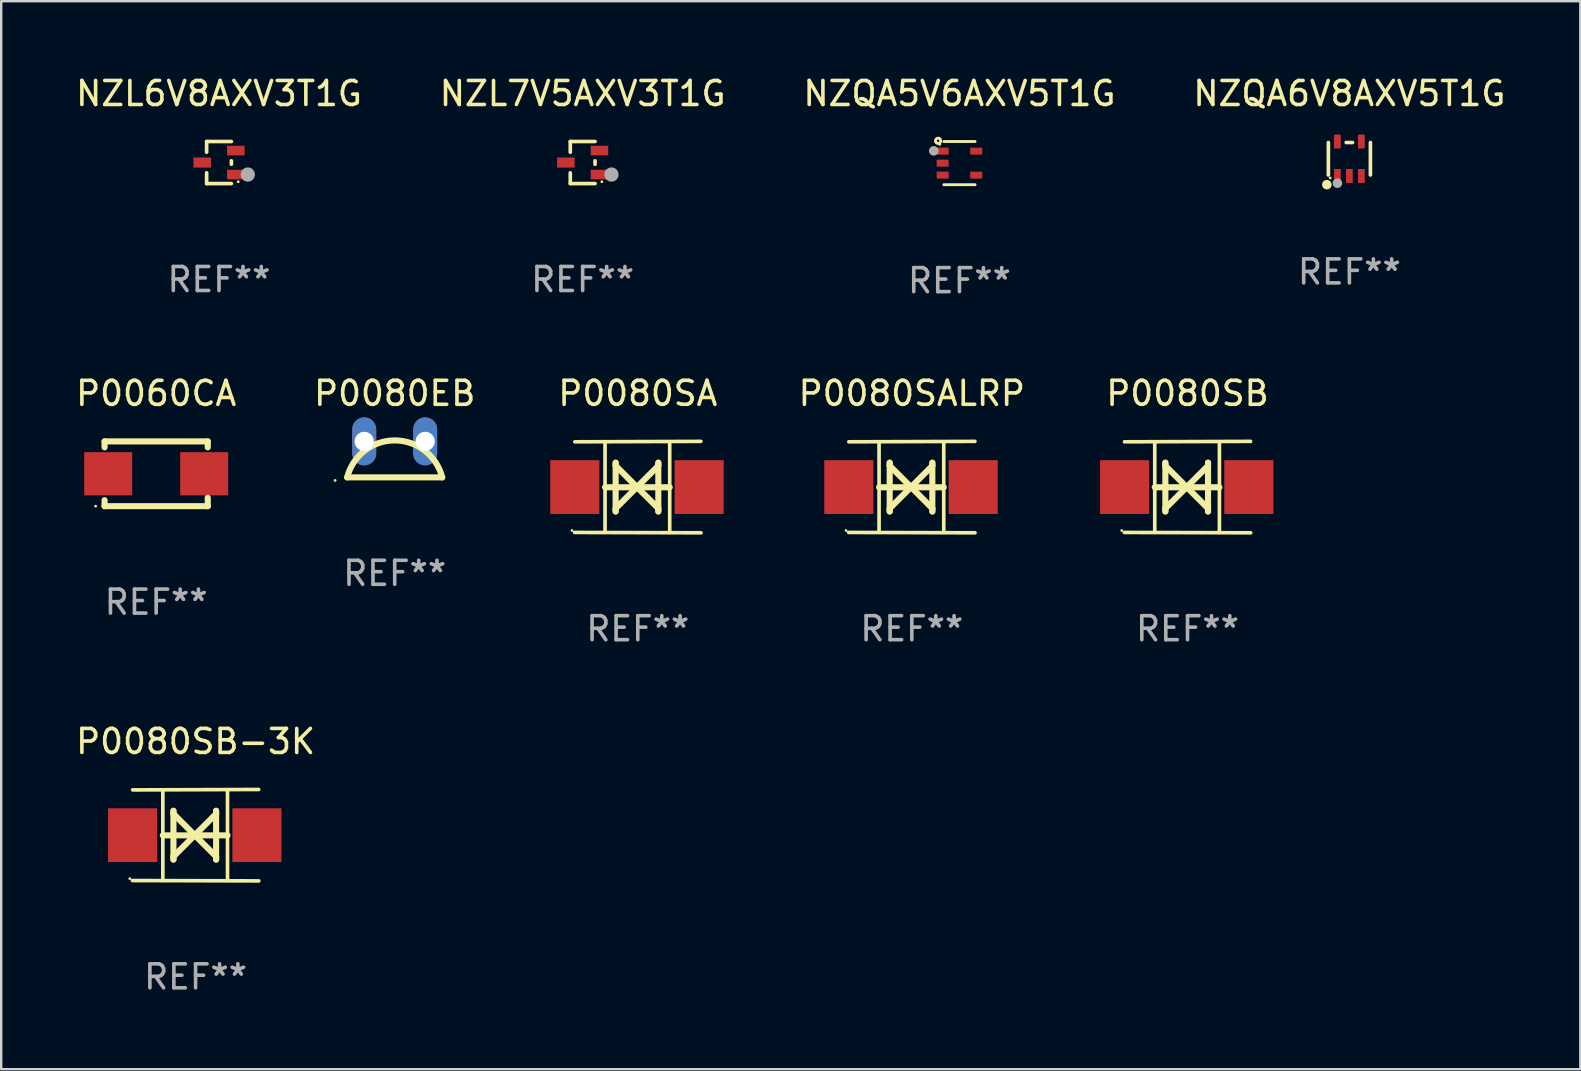
<source format=kicad_pcb>
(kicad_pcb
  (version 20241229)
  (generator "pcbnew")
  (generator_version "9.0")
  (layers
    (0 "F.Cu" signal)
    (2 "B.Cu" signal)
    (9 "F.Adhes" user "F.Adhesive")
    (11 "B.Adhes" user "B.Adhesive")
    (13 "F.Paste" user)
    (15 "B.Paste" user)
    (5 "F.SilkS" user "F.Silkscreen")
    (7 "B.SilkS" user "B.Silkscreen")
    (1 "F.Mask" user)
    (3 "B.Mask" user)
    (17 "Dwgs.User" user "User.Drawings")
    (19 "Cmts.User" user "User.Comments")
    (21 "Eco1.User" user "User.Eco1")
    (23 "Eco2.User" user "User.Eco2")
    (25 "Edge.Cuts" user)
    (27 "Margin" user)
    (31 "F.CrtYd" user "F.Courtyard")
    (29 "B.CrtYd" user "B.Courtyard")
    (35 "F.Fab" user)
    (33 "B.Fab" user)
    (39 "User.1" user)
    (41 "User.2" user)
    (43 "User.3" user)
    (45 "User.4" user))
  (footprint "P0080SB"
    (layer "F.Cu")
    (at 46.439 17.249)
    (property "Reference" "P0080SB" (at 0 -3.905 0) (layer "F.SilkS") (effects (font (size 1 1) (thickness 0.15))))
    (attr through_hole)
    (fp_line (start -1.365 1.886) (end -1.365 -1.886) (stroke (width 0.152) (type solid)) (layer "F.SilkS"))
    (fp_line (start -1.365 0.008) (end 1.33 0.008) (stroke (width 0.254) (type solid)) (layer "F.SilkS"))
    (fp_line (start -0.923 -1.016) (end -0.923 1.016) (stroke (width 0.254) (type solid)) (layer "F.SilkS"))
    (fp_line (start -0.923 -0.889) (end -0.923 -1.016) (stroke (width 0.254) (type solid)) (layer "F.SilkS"))
    (fp_line (start -0.923 0.889) (end -0.034 0) (stroke (width 0.254) (type solid)) (layer "F.SilkS"))
    (fp_line (start -0.923 1.016) (end -0.923 0.889) (stroke (width 0.254) (type solid)) (layer "F.SilkS"))
    (fp_line (start -0.034 0) (end -0.923 -0.889) (stroke (width 0.254) (type solid)) (layer "F.SilkS"))
    (fp_line (start -0.034 0) (end 0.855 0.889) (stroke (width 0.254) (type solid)) (layer "F.SilkS"))
    (fp_line (start 0.855 -1.016) (end 0.855 -0.889) (stroke (width 0.254) (type solid)) (layer "F.SilkS"))
    (fp_line (start 0.855 -0.889) (end -0.034 0) (stroke (width 0.254) (type solid)) (layer "F.SilkS"))
    (fp_line (start 0.855 0.889) (end 0.855 1.016) (stroke (width 0.254) (type solid)) (layer "F.SilkS"))
    (fp_line (start 0.855 1.016) (end 0.855 -1.016) (stroke (width 0.254) (type solid)) (layer "F.SilkS"))
    (fp_line (start 1.33 1.886) (end 1.33 -1.886) (stroke (width 0.152) (type solid)) (layer "F.SilkS"))
    (fp_line (start 2.629 -1.905) (end -2.625 -1.887) (stroke (width 0.152) (type solid)) (layer "F.SilkS"))
    (fp_line (start 2.633 1.905) (end -2.633 1.89) (stroke (width 0.152) (type solid)) (layer "F.SilkS"))
    (fp_circle (center -2.741 1.81) (end -2.711 1.81) (stroke (width 0.06) (type solid)) (fill no) (layer "F.SilkS"))
    (fp_text user "REF**" (at 0 5.905 0) (layer "F.Fab") (effects (font (size 1 1) (thickness 0.15))))
    (pad "1" smd rect (at -2.625 0) (size 2.047 2.241) (layers "F.Cu" "F.Mask" "F.Paste"))
    (pad "2" smd rect (at 2.557 0) (size 2.047 2.241) (layers "F.Cu" "F.Mask" "F.Paste")))
  (footprint "P0080EB"
    (layer "F.Cu")
    (at 13.399 16.094)
    (property "Reference" "P0080EB" (at 0 -2.75 0) (layer "F.SilkS") (effects (font (size 1 1) (thickness 0.15))))
    (attr through_hole)
    (fp_line (start 1.98 0.75) (end -1.98 0.75) (stroke (width 0.254) (type solid)) (layer "F.SilkS"))
    (fp_arc (start -1.981204 0.751206) (mid 0 -0.789989) (end 1.981204 0.751207) (stroke (width 0.254001) (type solid)) (layer "F.SilkS"))
    (fp_circle (center -2.484 0.877) (end -2.454 0.877) (stroke (width 0.06) (type solid)) (fill no) (layer "F.SilkS"))
    (fp_text user "REF**" (at 0 4.75 0) (layer "F.Fab") (effects (font (size 1 1) (thickness 0.15))))
    (pad "1" thru_hole oval (at -1.27 -0.75 270) (size 2 1) (drill 0.8) (layers "*.Cu" "*.Mask"))
    (pad "2" thru_hole oval (at 1.27 -0.75 270) (size 2 1) (drill 0.8) (layers "*.Cu" "*.Mask")))
  (footprint "NZQA6V8AXV5T1G"
    (layer "F.Cu")
    (at 53.185 3.566)
    (property "Reference" "NZQA6V8AXV5T1G" (at 0 -2.718 0) (layer "F.SilkS") (effects (font (size 1 1) (thickness 0.15))))
    (attr through_hole)
    (fp_line (start -0.876 0.676) (end -0.876 -0.676) (stroke (width 0.152) (type solid)) (layer "F.SilkS"))
    (fp_line (start 0.131 -0.676) (end -0.131 -0.676) (stroke (width 0.152) (type solid)) (layer "F.SilkS"))
    (fp_line (start 0.876 0.676) (end 0.876 -0.676) (stroke (width 0.152) (type solid)) (layer "F.SilkS"))
    (fp_circle (center -0.94 1.08) (end -0.84 1.08) (stroke (width 0.2) (type solid)) (fill no) (layer "F.SilkS"))
    (fp_circle (center -0.8 0.8) (end -0.77 0.8) (stroke (width 0.06) (type solid)) (fill no) (layer "F.SilkS"))
    (fp_circle (center -0.5 1.02) (end -0.4 1.02) (stroke (width 0.2) (type solid)) (fill no) (layer "F.Fab"))
    (fp_text user "REF**" (at 0 4.718 0) (layer "F.Fab") (effects (font (size 1 1) (thickness 0.15))))
    (pad "1" smd rect (at -0.5 0.718) (size 0.28 0.58) (layers "F.Cu" "F.Mask" "F.Paste"))
    (pad "2" smd rect (at -0.000102 0.718) (size 0.28 0.58) (layers "F.Cu" "F.Mask" "F.Paste"))
    (pad "3" smd rect (at 0.5 0.718) (size 0.28 0.58) (layers "F.Cu" "F.Mask" "F.Paste"))
    (pad "4" smd rect (at 0.5 -0.718) (size 0.28 0.58) (layers "F.Cu" "F.Mask" "F.Paste"))
    (pad "5" smd rect (at -0.5 -0.718) (size 0.28 0.58) (layers "F.Cu" "F.Mask" "F.Paste")))
  (footprint "NZL7V5AXV3T1G"
    (layer "F.Cu")
    (at 21.232 3.724)
    (property "Reference" "NZL7V5AXV3T1G" (at 0 -2.876 0) (layer "F.SilkS") (effects (font (size 1 1) (thickness 0.15))))
    (attr through_hole)
    (fp_line (start -0.516 -0.876) (end -0.516 -0.429) (stroke (width 0.152) (type solid)) (layer "F.SilkS"))
    (fp_line (start -0.516 0.876) (end -0.516 0.429) (stroke (width 0.152) (type solid)) (layer "F.SilkS"))
    (fp_line (start 0.516 -0.876) (end -0.516 -0.876) (stroke (width 0.152) (type solid)) (layer "F.SilkS"))
    (fp_line (start 0.516 -0.071) (end 0.516 0.071) (stroke (width 0.152) (type solid)) (layer "F.SilkS"))
    (fp_line (start 0.516 0.876) (end -0.516 0.876) (stroke (width 0.152) (type solid)) (layer "F.SilkS"))
    (fp_circle (center 0.8 0.8) (end 0.83 0.8) (stroke (width 0.06) (type solid)) (fill no) (layer "F.SilkS"))
    (fp_circle (center 1.2 0.5) (end 1.35 0.5) (stroke (width 0.3) (type solid)) (fill no) (layer "F.Fab"))
    (fp_text user "REF**" (at 0 4.876 0) (layer "F.Fab") (effects (font (size 1 1) (thickness 0.15))))
    (pad "1" smd rect (at 0.7 0.5) (size 0.729 0.4) (layers "F.Cu" "F.Mask" "F.Paste"))
    (pad "2" smd rect (at 0.7 -0.5) (size 0.729 0.4) (layers "F.Cu" "F.Mask" "F.Paste"))
    (pad "3" smd rect (at -0.7 0) (size 0.729 0.42) (layers "F.Cu" "F.Mask" "F.Paste")))
  (footprint "NZL6V8AXV3T1G"
    (layer "F.Cu")
    (at 6.077 3.724)
    (property "Reference" "NZL6V8AXV3T1G" (at 0 -2.876 0) (layer "F.SilkS") (effects (font (size 1 1) (thickness 0.15))))
    (attr through_hole)
    (fp_line (start -0.516 -0.876) (end -0.516 -0.429) (stroke (width 0.152) (type solid)) (layer "F.SilkS"))
    (fp_line (start -0.516 0.876) (end -0.516 0.429) (stroke (width 0.152) (type solid)) (layer "F.SilkS"))
    (fp_line (start 0.516 -0.876) (end -0.516 -0.876) (stroke (width 0.152) (type solid)) (layer "F.SilkS"))
    (fp_line (start 0.516 -0.071) (end 0.516 0.071) (stroke (width 0.152) (type solid)) (layer "F.SilkS"))
    (fp_line (start 0.516 0.876) (end -0.516 0.876) (stroke (width 0.152) (type solid)) (layer "F.SilkS"))
    (fp_circle (center 0.8 0.8) (end 0.83 0.8) (stroke (width 0.06) (type solid)) (fill no) (layer "F.SilkS"))
    (fp_circle (center 1.2 0.5) (end 1.35 0.5) (stroke (width 0.3) (type solid)) (fill no) (layer "F.Fab"))
    (fp_text user "REF**" (at 0 4.876 0) (layer "F.Fab") (effects (font (size 1 1) (thickness 0.15))))
    (pad "1" smd rect (at 0.7 0.5) (size 0.729 0.4) (layers "F.Cu" "F.Mask" "F.Paste"))
    (pad "2" smd rect (at 0.7 -0.5) (size 0.729 0.4) (layers "F.Cu" "F.Mask" "F.Paste"))
    (pad "3" smd rect (at -0.7 0) (size 0.729 0.42) (layers "F.Cu" "F.Mask" "F.Paste")))
  (footprint "P0060CA"
    (layer "F.Cu")
    (at 3.458 16.695)
    (property "Reference" "P0060CA" (at 0 -3.35 0) (layer "F.SilkS") (effects (font (size 1 1) (thickness 0.15))))
    (attr through_hole)
    (fp_line (start -2.15 -1.35) (end -2.15 -1.101) (stroke (width 0.254) (type solid)) (layer "F.SilkS"))
    (fp_line (start -2.15 1.349) (end -2.15 1.1) (stroke (width 0.254) (type solid)) (layer "F.SilkS"))
    (fp_line (start 2.15 -1.35) (end -2.15 -1.35) (stroke (width 0.254) (type solid)) (layer "F.SilkS"))
    (fp_line (start 2.15 -1.35) (end 2.15 -1.101) (stroke (width 0.254) (type solid)) (layer "F.SilkS"))
    (fp_line (start 2.15 0.999) (end 2.15 1.35) (stroke (width 0.254) (type solid)) (layer "F.SilkS"))
    (fp_line (start 2.15 1.35) (end -2.15 1.349) (stroke (width 0.254) (type solid)) (layer "F.SilkS"))
    (fp_circle (center -2.522 1.349) (end -2.492 1.349) (stroke (width 0.06) (type solid)) (fill no) (layer "F.SilkS"))
    (fp_text user "REF**" (at 0 5.35 0) (layer "F.Fab") (effects (font (size 1 1) (thickness 0.15))))
    (pad "1" smd rect (at -2 -0.001) (size 2 1.8) (layers "F.Cu" "F.Mask" "F.Paste"))
    (pad "2" smd rect (at 2 -0.001) (size 2 1.8) (layers "F.Cu" "F.Mask" "F.Paste")))
  (footprint "NZQA5V6AXV5T1G"
    (layer "F.Cu")
    (at 36.935 3.748)
    (property "Reference" "NZQA5V6AXV5T1G" (at 0 -2.9 0) (layer "F.SilkS") (effects (font (size 1 1) (thickness 0.15))))
    (attr through_hole)
    (fp_line (start 0.65 -0.9) (end -0.65 -0.9) (stroke (width 0.12) (type solid)) (layer "F.SilkS"))
    (fp_line (start 0.65 0.9) (end -0.65 0.9) (stroke (width 0.12) (type solid)) (layer "F.SilkS"))
    (fp_circle (center -0.89 -0.93) (end -0.84 -0.93) (stroke (width 0.12) (type solid)) (fill no) (layer "F.SilkS"))
    (fp_circle (center -0.82 -0.78) (end -0.79 -0.78) (stroke (width 0.06) (type solid)) (fill no) (layer "F.SilkS"))
    (fp_arc (start -1.120142 -0.50983) (mid -1.070104 -0.559868) (end -1.020066 -0.50983) (stroke (width 0.254001) (type solid)) (layer "F.Fab"))
    (fp_arc (start -1.120142 -0.50983) (mid -1.070104 -0.521642) (end -1.020066 -0.50983) (stroke (width 0.254001) (type solid)) (layer "F.Fab"))
    (fp_circle (center -1.07 -0.51) (end -0.97 -0.51) (stroke (width 0.2) (type solid)) (fill no) (layer "F.Fab"))
    (fp_text user "REF**" (at 0 4.9 0) (layer "F.Fab") (effects (font (size 1 1) (thickness 0.15))))
    (pad "1" smd rect (at -0.7 -0.5) (size 0.5 0.29) (layers "F.Cu" "F.Mask" "F.Paste"))
    (pad "2" smd rect (at -0.7 0.000457) (size 0.5 0.29) (layers "F.Cu" "F.Mask" "F.Paste"))
    (pad "3" smd rect (at -0.7 0.5) (size 0.5 0.29) (layers "F.Cu" "F.Mask" "F.Paste"))
    (pad "4" smd rect (at 0.7 0.5) (size 0.5 0.29) (layers "F.Cu" "F.Mask" "F.Paste"))
    (pad "5" smd rect (at 0.7 -0.5) (size 0.5 0.29) (layers "F.Cu" "F.Mask" "F.Paste")))
  (footprint "P0080SB-3K"
    (layer "F.Cu")
    (at 5.101 31.756)
    (property "Reference" "P0080SB-3K" (at 0 -3.905 0) (layer "F.SilkS") (effects (font (size 1 1) (thickness 0.15))))
    (attr through_hole)
    (fp_line (start -1.365 1.886) (end -1.365 -1.886) (stroke (width 0.152) (type solid)) (layer "F.SilkS"))
    (fp_line (start -1.365 0.008) (end 1.33 0.008) (stroke (width 0.254) (type solid)) (layer "F.SilkS"))
    (fp_line (start -0.923 -1.016) (end -0.923 1.016) (stroke (width 0.254) (type solid)) (layer "F.SilkS"))
    (fp_line (start -0.923 -0.889) (end -0.923 -1.016) (stroke (width 0.254) (type solid)) (layer "F.SilkS"))
    (fp_line (start -0.923 0.889) (end -0.034 0) (stroke (width 0.254) (type solid)) (layer "F.SilkS"))
    (fp_line (start -0.923 1.016) (end -0.923 0.889) (stroke (width 0.254) (type solid)) (layer "F.SilkS"))
    (fp_line (start -0.034 0) (end -0.923 -0.889) (stroke (width 0.254) (type solid)) (layer "F.SilkS"))
    (fp_line (start -0.034 0) (end 0.855 0.889) (stroke (width 0.254) (type solid)) (layer "F.SilkS"))
    (fp_line (start 0.855 -1.016) (end 0.855 -0.889) (stroke (width 0.254) (type solid)) (layer "F.SilkS"))
    (fp_line (start 0.855 -0.889) (end -0.034 0) (stroke (width 0.254) (type solid)) (layer "F.SilkS"))
    (fp_line (start 0.855 0.889) (end 0.855 1.016) (stroke (width 0.254) (type solid)) (layer "F.SilkS"))
    (fp_line (start 0.855 1.016) (end 0.855 -1.016) (stroke (width 0.254) (type solid)) (layer "F.SilkS"))
    (fp_line (start 1.33 1.886) (end 1.33 -1.886) (stroke (width 0.152) (type solid)) (layer "F.SilkS"))
    (fp_line (start 2.629 -1.905) (end -2.625 -1.887) (stroke (width 0.152) (type solid)) (layer "F.SilkS"))
    (fp_line (start 2.633 1.905) (end -2.633 1.89) (stroke (width 0.152) (type solid)) (layer "F.SilkS"))
    (fp_circle (center -2.741 1.81) (end -2.711 1.81) (stroke (width 0.06) (type solid)) (fill no) (layer "F.SilkS"))
    (fp_text user "REF**" (at 0 5.905 0) (layer "F.Fab") (effects (font (size 1 1) (thickness 0.15))))
    (pad "1" smd rect (at -2.625 0) (size 2.047 2.241) (layers "F.Cu" "F.Mask" "F.Paste"))
    (pad "2" smd rect (at 2.557 0) (size 2.047 2.241) (layers "F.Cu" "F.Mask" "F.Paste")))
  (footprint "P0080SALRP"
    (layer "F.Cu")
    (at 34.95 17.249)
    (property "Reference" "P0080SALRP" (at 0 -3.905 0) (layer "F.SilkS") (effects (font (size 1 1) (thickness 0.15))))
    (attr through_hole)
    (fp_line (start -1.365 1.886) (end -1.365 -1.886) (stroke (width 0.152) (type solid)) (layer "F.SilkS"))
    (fp_line (start -1.365 0.008) (end 1.33 0.008) (stroke (width 0.254) (type solid)) (layer "F.SilkS"))
    (fp_line (start -0.923 -1.016) (end -0.923 1.016) (stroke (width 0.254) (type solid)) (layer "F.SilkS"))
    (fp_line (start -0.923 -0.889) (end -0.923 -1.016) (stroke (width 0.254) (type solid)) (layer "F.SilkS"))
    (fp_line (start -0.923 0.889) (end -0.034 0) (stroke (width 0.254) (type solid)) (layer "F.SilkS"))
    (fp_line (start -0.923 1.016) (end -0.923 0.889) (stroke (width 0.254) (type solid)) (layer "F.SilkS"))
    (fp_line (start -0.034 0) (end -0.923 -0.889) (stroke (width 0.254) (type solid)) (layer "F.SilkS"))
    (fp_line (start -0.034 0) (end 0.855 0.889) (stroke (width 0.254) (type solid)) (layer "F.SilkS"))
    (fp_line (start 0.855 -1.016) (end 0.855 -0.889) (stroke (width 0.254) (type solid)) (layer "F.SilkS"))
    (fp_line (start 0.855 -0.889) (end -0.034 0) (stroke (width 0.254) (type solid)) (layer "F.SilkS"))
    (fp_line (start 0.855 0.889) (end 0.855 1.016) (stroke (width 0.254) (type solid)) (layer "F.SilkS"))
    (fp_line (start 0.855 1.016) (end 0.855 -1.016) (stroke (width 0.254) (type solid)) (layer "F.SilkS"))
    (fp_line (start 1.33 1.886) (end 1.33 -1.886) (stroke (width 0.152) (type solid)) (layer "F.SilkS"))
    (fp_line (start 2.629 -1.905) (end -2.625 -1.887) (stroke (width 0.152) (type solid)) (layer "F.SilkS"))
    (fp_line (start 2.633 1.905) (end -2.633 1.89) (stroke (width 0.152) (type solid)) (layer "F.SilkS"))
    (fp_circle (center -2.741 1.81) (end -2.711 1.81) (stroke (width 0.06) (type solid)) (fill no) (layer "F.SilkS"))
    (fp_text user "REF**" (at 0 5.905 0) (layer "F.Fab") (effects (font (size 1 1) (thickness 0.15))))
    (pad "1" smd rect (at -2.625 0) (size 2.047 2.241) (layers "F.Cu" "F.Mask" "F.Paste"))
    (pad "2" smd rect (at 2.557 0) (size 2.047 2.241) (layers "F.Cu" "F.Mask" "F.Paste")))
  (footprint "P0080SA"
    (layer "F.Cu")
    (at 23.53 17.249)
    (property "Reference" "P0080SA" (at 0 -3.905 0) (layer "F.SilkS") (effects (font (size 1 1) (thickness 0.15))))
    (attr through_hole)
    (fp_line (start -1.365 1.886) (end -1.365 -1.886) (stroke (width 0.152) (type solid)) (layer "F.SilkS"))
    (fp_line (start -1.365 0.008) (end 1.33 0.008) (stroke (width 0.254) (type solid)) (layer "F.SilkS"))
    (fp_line (start -0.923 -1.016) (end -0.923 1.016) (stroke (width 0.254) (type solid)) (layer "F.SilkS"))
    (fp_line (start -0.923 -0.889) (end -0.923 -1.016) (stroke (width 0.254) (type solid)) (layer "F.SilkS"))
    (fp_line (start -0.923 0.889) (end -0.034 0) (stroke (width 0.254) (type solid)) (layer "F.SilkS"))
    (fp_line (start -0.923 1.016) (end -0.923 0.889) (stroke (width 0.254) (type solid)) (layer "F.SilkS"))
    (fp_line (start -0.034 0) (end -0.923 -0.889) (stroke (width 0.254) (type solid)) (layer "F.SilkS"))
    (fp_line (start -0.034 0) (end 0.855 0.889) (stroke (width 0.254) (type solid)) (layer "F.SilkS"))
    (fp_line (start 0.855 -1.016) (end 0.855 -0.889) (stroke (width 0.254) (type solid)) (layer "F.SilkS"))
    (fp_line (start 0.855 -0.889) (end -0.034 0) (stroke (width 0.254) (type solid)) (layer "F.SilkS"))
    (fp_line (start 0.855 0.889) (end 0.855 1.016) (stroke (width 0.254) (type solid)) (layer "F.SilkS"))
    (fp_line (start 0.855 1.016) (end 0.855 -1.016) (stroke (width 0.254) (type solid)) (layer "F.SilkS"))
    (fp_line (start 1.33 1.886) (end 1.33 -1.886) (stroke (width 0.152) (type solid)) (layer "F.SilkS"))
    (fp_line (start 2.629 -1.905) (end -2.625 -1.887) (stroke (width 0.152) (type solid)) (layer "F.SilkS"))
    (fp_line (start 2.633 1.905) (end -2.633 1.89) (stroke (width 0.152) (type solid)) (layer "F.SilkS"))
    (fp_circle (center -2.741 1.81) (end -2.711 1.81) (stroke (width 0.06) (type solid)) (fill no) (layer "F.SilkS"))
    (fp_text user "REF**" (at 0 5.905 0) (layer "F.Fab") (effects (font (size 1 1) (thickness 0.15))))
    (pad "1" smd rect (at -2.625 0) (size 2.047 2.241) (layers "F.Cu" "F.Mask" "F.Paste"))
    (pad "2" smd rect (at 2.557 0) (size 2.047 2.241) (layers "F.Cu" "F.Mask" "F.Paste")))
  (gr_rect
    (start -3 -3)
    (end 62.81 41.509)
    (stroke (width 0.1) (type default))
    (fill no)
    (layer "Edge.Cuts")))
</source>
